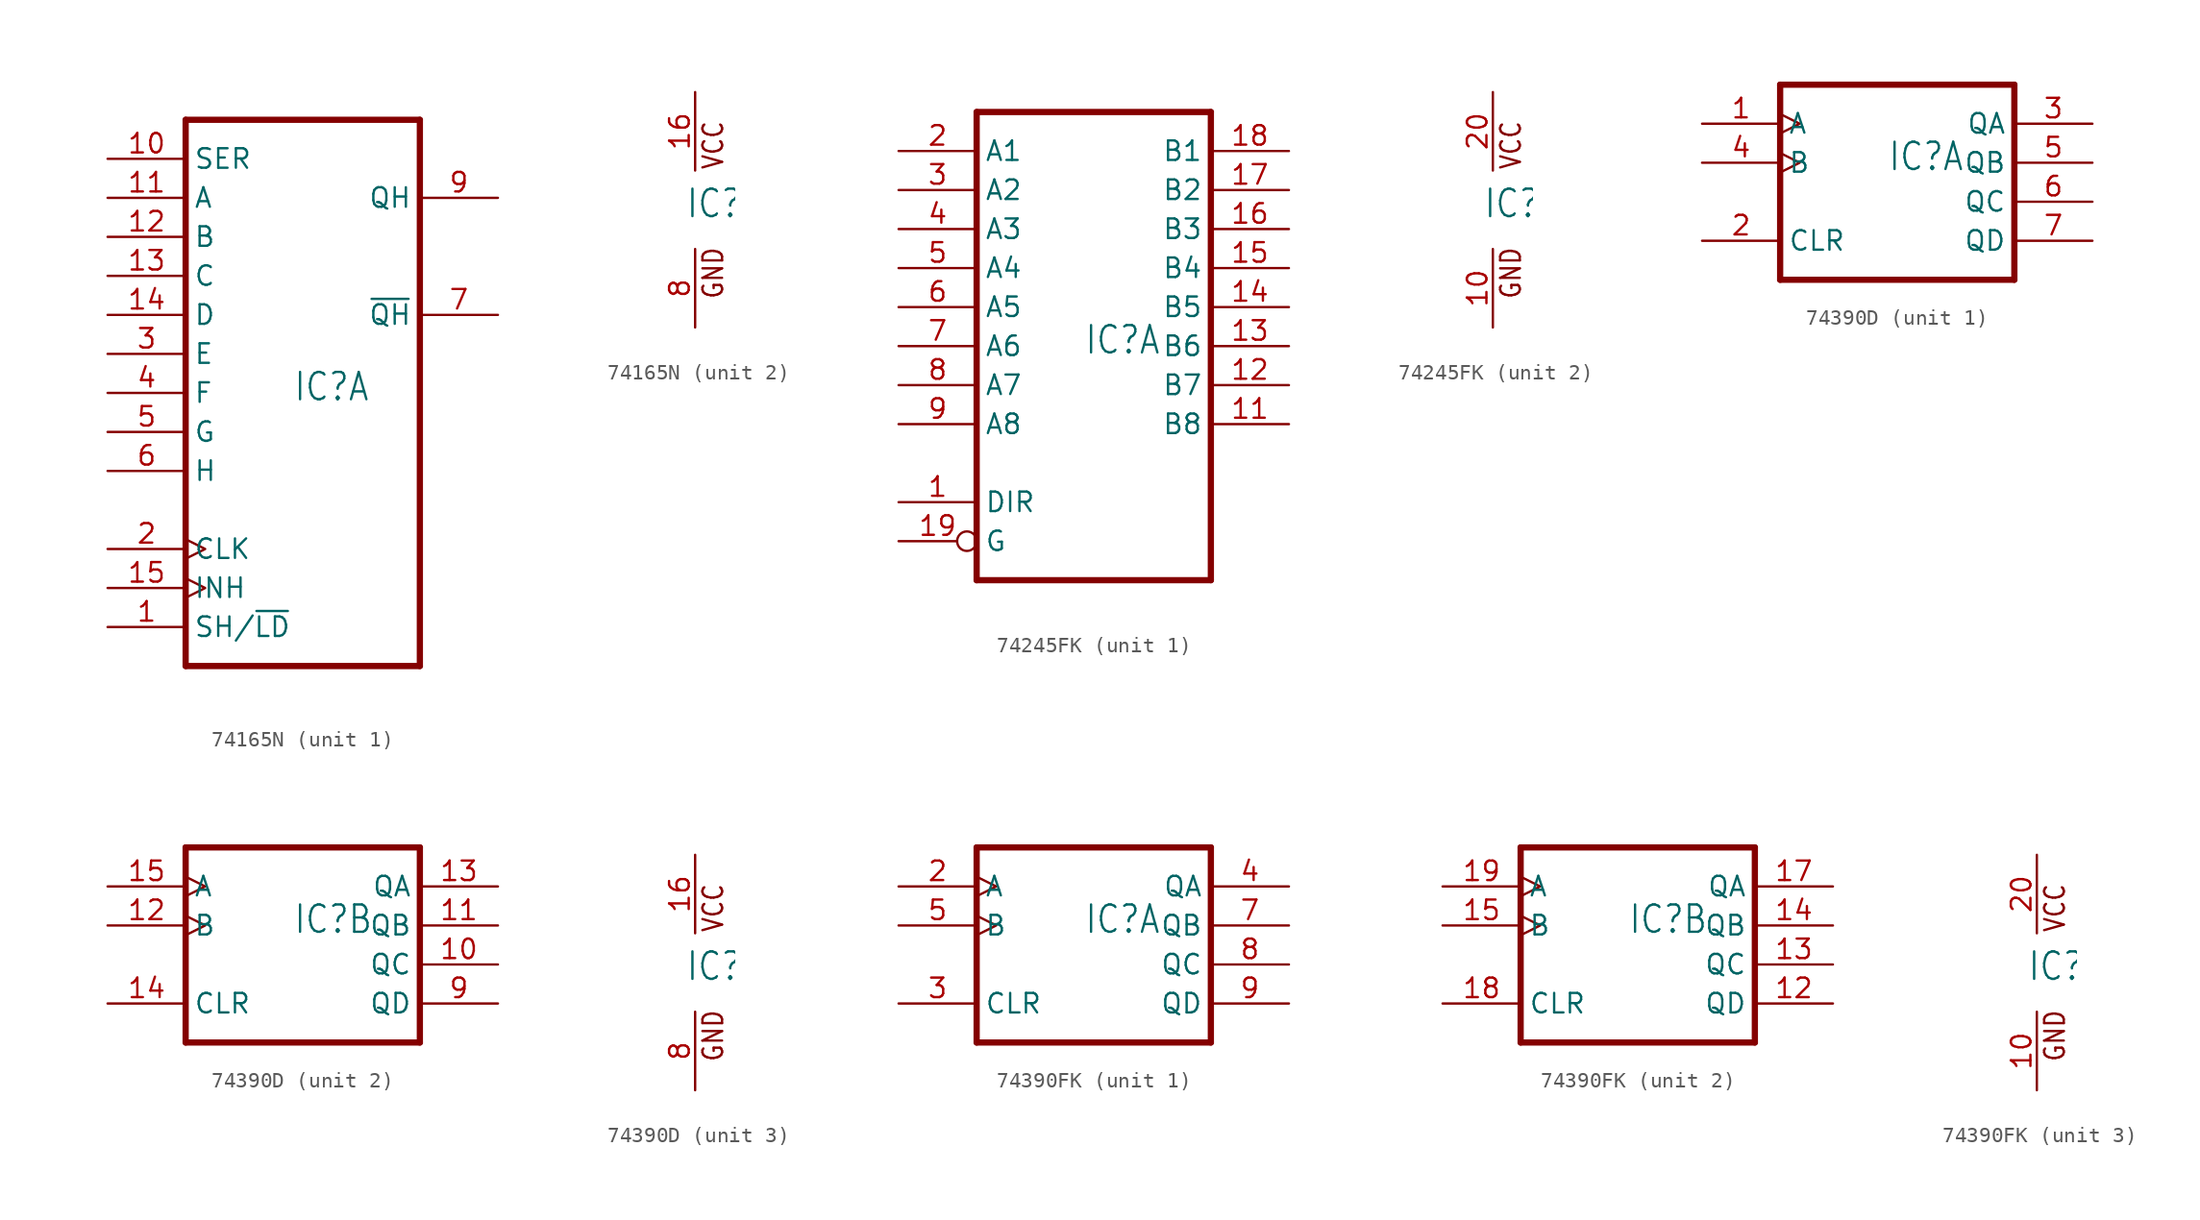
<source format=kicad_sym>
(kicad_symbol_lib
  (version 20220914)
  (generator kicad_symbol_editor)
  (symbol "74165N"
    (property "Reference" "IC"
      (at -0.635 -0.635 0)
      (effects (font (size 1.778 1.511)) (justify left bottom)))
    (property "ki_locked" ""
      (at 0 0 0)
      (effects (font (size 1.27 1.27))))
    (symbol "74165N_1_0"
      (polyline (pts (xy -7.62 -17.78) (xy 7.62 -17.78)) (stroke (width 0.406) (type solid)) (fill (type none)))
      (polyline (pts (xy -7.62 17.78) (xy -7.62 -17.78)) (stroke (width 0.406) (type solid)) (fill (type none)))
      (polyline (pts (xy 7.62 -17.78) (xy 7.62 17.78)) (stroke (width 0.406) (type solid)) (fill (type none)))
      (polyline (pts (xy 7.62 17.78) (xy -7.62 17.78)) (stroke (width 0.406) (type solid)) (fill (type none)))
      (pin input line (at -12.7 -15.24 0) (length 5.08) (name "SH/~{LD}" (effects (font (size 1.27 1.27)))) (number "1" (effects (font (size 1.27 1.27)))))
      (pin input line (at -12.7 15.24 0) (length 5.08) (name "SER" (effects (font (size 1.27 1.27)))) (number "10" (effects (font (size 1.27 1.27)))))
      (pin input line (at -12.7 12.7 0) (length 5.08) (name "A" (effects (font (size 1.27 1.27)))) (number "11" (effects (font (size 1.27 1.27)))))
      (pin input line (at -12.7 10.16 0) (length 5.08) (name "B" (effects (font (size 1.27 1.27)))) (number "12" (effects (font (size 1.27 1.27)))))
      (pin input line (at -12.7 7.62 0) (length 5.08) (name "C" (effects (font (size 1.27 1.27)))) (number "13" (effects (font (size 1.27 1.27)))))
      (pin input line (at -12.7 5.08 0) (length 5.08) (name "D" (effects (font (size 1.27 1.27)))) (number "14" (effects (font (size 1.27 1.27)))))
      (pin input clock (at -12.7 -12.7 0) (length 5.08) (name "INH" (effects (font (size 1.27 1.27)))) (number "15" (effects (font (size 1.27 1.27)))))
      (pin input clock (at -12.7 -10.16 0) (length 5.08) (name "CLK" (effects (font (size 1.27 1.27)))) (number "2" (effects (font (size 1.27 1.27)))))
      (pin input line (at -12.7 2.54 0) (length 5.08) (name "E" (effects (font (size 1.27 1.27)))) (number "3" (effects (font (size 1.27 1.27)))))
      (pin input line (at -12.7 0 0) (length 5.08) (name "F" (effects (font (size 1.27 1.27)))) (number "4" (effects (font (size 1.27 1.27)))))
      (pin input line (at -12.7 -2.54 0) (length 5.08) (name "G" (effects (font (size 1.27 1.27)))) (number "5" (effects (font (size 1.27 1.27)))))
      (pin input line (at -12.7 -5.08 0) (length 5.08) (name "H" (effects (font (size 1.27 1.27)))) (number "6" (effects (font (size 1.27 1.27)))))
      (pin output line (at 12.7 5.08 180) (length 5.08) (name "~{QH}" (effects (font (size 1.27 1.27)))) (number "7" (effects (font (size 1.27 1.27)))))
      (pin output line (at 12.7 12.7 180) (length 5.08) (name "QH" (effects (font (size 1.27 1.27)))) (number "9" (effects (font (size 1.27 1.27))))))
    (symbol "74165N_2_0"
      (text "GND" (at 1.905 -5.842 900) (effects (font (size 1.27 1.079)) (justify left bottom)))
      (text "VCC" (at 1.905 2.54 900) (effects (font (size 1.27 1.079)) (justify left bottom)))
      (pin power_in line (at 0 7.62 270) (length 5.08) (name "VCC" (effects (font (size 0 0)))) (number "16" (effects (font (size 1.27 1.27)))))
      (pin power_in line (at 0 -7.62 90) (length 5.08) (name "GND" (effects (font (size 0 0)))) (number "8" (effects (font (size 1.27 1.27)))))))
  (symbol "74245FK"
    (property "Reference" "IC"
      (at -0.635 -0.635 0)
      (effects (font (size 1.778 1.511)) (justify left bottom)))
    (property "ki_locked" ""
      (at 0 0 0)
      (effects (font (size 1.27 1.27))))
    (symbol "74245FK_1_0"
      (polyline (pts (xy -7.62 -15.24) (xy 7.62 -15.24)) (stroke (width 0.406) (type solid)) (fill (type none)))
      (polyline (pts (xy -7.62 15.24) (xy -7.62 -15.24)) (stroke (width 0.406) (type solid)) (fill (type none)))
      (polyline (pts (xy 7.62 -15.24) (xy 7.62 15.24)) (stroke (width 0.406) (type solid)) (fill (type none)))
      (polyline (pts (xy 7.62 15.24) (xy -7.62 15.24)) (stroke (width 0.406) (type solid)) (fill (type none)))
      (pin input line (at -12.7 -10.16 0) (length 5.08) (name "DIR" (effects (font (size 1.27 1.27)))) (number "1" (effects (font (size 1.27 1.27)))))
      (pin bidirectional line (at 12.7 -5.08 180) (length 5.08) (name "B8" (effects (font (size 1.27 1.27)))) (number "11" (effects (font (size 1.27 1.27)))))
      (pin bidirectional line (at 12.7 -2.54 180) (length 5.08) (name "B7" (effects (font (size 1.27 1.27)))) (number "12" (effects (font (size 1.27 1.27)))))
      (pin bidirectional line (at 12.7 0 180) (length 5.08) (name "B6" (effects (font (size 1.27 1.27)))) (number "13" (effects (font (size 1.27 1.27)))))
      (pin bidirectional line (at 12.7 2.54 180) (length 5.08) (name "B5" (effects (font (size 1.27 1.27)))) (number "14" (effects (font (size 1.27 1.27)))))
      (pin bidirectional line (at 12.7 5.08 180) (length 5.08) (name "B4" (effects (font (size 1.27 1.27)))) (number "15" (effects (font (size 1.27 1.27)))))
      (pin bidirectional line (at 12.7 7.62 180) (length 5.08) (name "B3" (effects (font (size 1.27 1.27)))) (number "16" (effects (font (size 1.27 1.27)))))
      (pin bidirectional line (at 12.7 10.16 180) (length 5.08) (name "B2" (effects (font (size 1.27 1.27)))) (number "17" (effects (font (size 1.27 1.27)))))
      (pin bidirectional line (at 12.7 12.7 180) (length 5.08) (name "B1" (effects (font (size 1.27 1.27)))) (number "18" (effects (font (size 1.27 1.27)))))
      (pin input inverted (at -12.7 -12.7 0) (length 5.08) (name "G" (effects (font (size 1.27 1.27)))) (number "19" (effects (font (size 1.27 1.27)))))
      (pin bidirectional line (at -12.7 12.7 0) (length 5.08) (name "A1" (effects (font (size 1.27 1.27)))) (number "2" (effects (font (size 1.27 1.27)))))
      (pin bidirectional line (at -12.7 10.16 0) (length 5.08) (name "A2" (effects (font (size 1.27 1.27)))) (number "3" (effects (font (size 1.27 1.27)))))
      (pin bidirectional line (at -12.7 7.62 0) (length 5.08) (name "A3" (effects (font (size 1.27 1.27)))) (number "4" (effects (font (size 1.27 1.27)))))
      (pin bidirectional line (at -12.7 5.08 0) (length 5.08) (name "A4" (effects (font (size 1.27 1.27)))) (number "5" (effects (font (size 1.27 1.27)))))
      (pin bidirectional line (at -12.7 2.54 0) (length 5.08) (name "A5" (effects (font (size 1.27 1.27)))) (number "6" (effects (font (size 1.27 1.27)))))
      (pin bidirectional line (at -12.7 0 0) (length 5.08) (name "A6" (effects (font (size 1.27 1.27)))) (number "7" (effects (font (size 1.27 1.27)))))
      (pin bidirectional line (at -12.7 -2.54 0) (length 5.08) (name "A7" (effects (font (size 1.27 1.27)))) (number "8" (effects (font (size 1.27 1.27)))))
      (pin bidirectional line (at -12.7 -5.08 0) (length 5.08) (name "A8" (effects (font (size 1.27 1.27)))) (number "9" (effects (font (size 1.27 1.27))))))
    (symbol "74245FK_2_0"
      (text "GND" (at 1.905 -5.842 900) (effects (font (size 1.27 1.079)) (justify left bottom)))
      (text "VCC" (at 1.905 2.54 900) (effects (font (size 1.27 1.079)) (justify left bottom)))
      (pin power_in line (at 0 -7.62 90) (length 5.08) (name "GND" (effects (font (size 0 0)))) (number "10" (effects (font (size 1.27 1.27)))))
      (pin power_in line (at 0 7.62 270) (length 5.08) (name "VCC" (effects (font (size 0 0)))) (number "20" (effects (font (size 1.27 1.27)))))))
  (symbol "74390D"
    (property "Reference" "IC"
      (at -0.635 -0.635 0)
      (effects (font (size 1.778 1.511)) (justify left bottom)))
    (property "ki_locked" ""
      (at 0 0 0)
      (effects (font (size 1.27 1.27))))
    (symbol "74390D_1_0"
      (polyline (pts (xy -7.62 -7.62) (xy 7.62 -7.62)) (stroke (width 0.406) (type solid)) (fill (type none)))
      (polyline (pts (xy -7.62 5.08) (xy -7.62 -7.62)) (stroke (width 0.406) (type solid)) (fill (type none)))
      (polyline (pts (xy 7.62 -7.62) (xy 7.62 5.08)) (stroke (width 0.406) (type solid)) (fill (type none)))
      (polyline (pts (xy 7.62 5.08) (xy -7.62 5.08)) (stroke (width 0.406) (type solid)) (fill (type none)))
      (pin input clock (at -12.7 2.54 0) (length 5.08) (name "A" (effects (font (size 1.27 1.27)))) (number "1" (effects (font (size 1.27 1.27)))))
      (pin input line (at -12.7 -5.08 0) (length 5.08) (name "CLR" (effects (font (size 1.27 1.27)))) (number "2" (effects (font (size 1.27 1.27)))))
      (pin output line (at 12.7 2.54 180) (length 5.08) (name "QA" (effects (font (size 1.27 1.27)))) (number "3" (effects (font (size 1.27 1.27)))))
      (pin input clock (at -12.7 0 0) (length 5.08) (name "B" (effects (font (size 1.27 1.27)))) (number "4" (effects (font (size 1.27 1.27)))))
      (pin output line (at 12.7 0 180) (length 5.08) (name "QB" (effects (font (size 1.27 1.27)))) (number "5" (effects (font (size 1.27 1.27)))))
      (pin output line (at 12.7 -2.54 180) (length 5.08) (name "QC" (effects (font (size 1.27 1.27)))) (number "6" (effects (font (size 1.27 1.27)))))
      (pin output line (at 12.7 -5.08 180) (length 5.08) (name "QD" (effects (font (size 1.27 1.27)))) (number "7" (effects (font (size 1.27 1.27))))))
    (symbol "74390D_2_0"
      (polyline (pts (xy -7.62 -7.62) (xy 7.62 -7.62)) (stroke (width 0.406) (type solid)) (fill (type none)))
      (polyline (pts (xy -7.62 5.08) (xy -7.62 -7.62)) (stroke (width 0.406) (type solid)) (fill (type none)))
      (polyline (pts (xy 7.62 -7.62) (xy 7.62 5.08)) (stroke (width 0.406) (type solid)) (fill (type none)))
      (polyline (pts (xy 7.62 5.08) (xy -7.62 5.08)) (stroke (width 0.406) (type solid)) (fill (type none)))
      (pin output line (at 12.7 -2.54 180) (length 5.08) (name "QC" (effects (font (size 1.27 1.27)))) (number "10" (effects (font (size 1.27 1.27)))))
      (pin output line (at 12.7 0 180) (length 5.08) (name "QB" (effects (font (size 1.27 1.27)))) (number "11" (effects (font (size 1.27 1.27)))))
      (pin input clock (at -12.7 0 0) (length 5.08) (name "B" (effects (font (size 1.27 1.27)))) (number "12" (effects (font (size 1.27 1.27)))))
      (pin output line (at 12.7 2.54 180) (length 5.08) (name "QA" (effects (font (size 1.27 1.27)))) (number "13" (effects (font (size 1.27 1.27)))))
      (pin input line (at -12.7 -5.08 0) (length 5.08) (name "CLR" (effects (font (size 1.27 1.27)))) (number "14" (effects (font (size 1.27 1.27)))))
      (pin input clock (at -12.7 2.54 0) (length 5.08) (name "A" (effects (font (size 1.27 1.27)))) (number "15" (effects (font (size 1.27 1.27)))))
      (pin output line (at 12.7 -5.08 180) (length 5.08) (name "QD" (effects (font (size 1.27 1.27)))) (number "9" (effects (font (size 1.27 1.27))))))
    (symbol "74390D_3_0"
      (text "GND" (at 1.905 -5.842 900) (effects (font (size 1.27 1.079)) (justify left bottom)))
      (text "VCC" (at 1.905 2.54 900) (effects (font (size 1.27 1.079)) (justify left bottom)))
      (pin power_in line (at 0 7.62 270) (length 5.08) (name "VCC" (effects (font (size 0 0)))) (number "16" (effects (font (size 1.27 1.27)))))
      (pin power_in line (at 0 -7.62 90) (length 5.08) (name "GND" (effects (font (size 0 0)))) (number "8" (effects (font (size 1.27 1.27)))))))
  (symbol "74390FK"
    (property "Reference" "IC"
      (at -0.635 -0.635 0)
      (effects (font (size 1.778 1.511)) (justify left bottom)))
    (property "ki_locked" ""
      (at 0 0 0)
      (effects (font (size 1.27 1.27))))
    (symbol "74390FK_1_0"
      (polyline (pts (xy -7.62 -7.62) (xy 7.62 -7.62)) (stroke (width 0.406) (type solid)) (fill (type none)))
      (polyline (pts (xy -7.62 5.08) (xy -7.62 -7.62)) (stroke (width 0.406) (type solid)) (fill (type none)))
      (polyline (pts (xy 7.62 -7.62) (xy 7.62 5.08)) (stroke (width 0.406) (type solid)) (fill (type none)))
      (polyline (pts (xy 7.62 5.08) (xy -7.62 5.08)) (stroke (width 0.406) (type solid)) (fill (type none)))
      (pin input clock (at -12.7 2.54 0) (length 5.08) (name "A" (effects (font (size 1.27 1.27)))) (number "2" (effects (font (size 1.27 1.27)))))
      (pin input line (at -12.7 -5.08 0) (length 5.08) (name "CLR" (effects (font (size 1.27 1.27)))) (number "3" (effects (font (size 1.27 1.27)))))
      (pin output line (at 12.7 2.54 180) (length 5.08) (name "QA" (effects (font (size 1.27 1.27)))) (number "4" (effects (font (size 1.27 1.27)))))
      (pin input clock (at -12.7 0 0) (length 5.08) (name "B" (effects (font (size 1.27 1.27)))) (number "5" (effects (font (size 1.27 1.27)))))
      (pin output line (at 12.7 0 180) (length 5.08) (name "QB" (effects (font (size 1.27 1.27)))) (number "7" (effects (font (size 1.27 1.27)))))
      (pin output line (at 12.7 -2.54 180) (length 5.08) (name "QC" (effects (font (size 1.27 1.27)))) (number "8" (effects (font (size 1.27 1.27)))))
      (pin output line (at 12.7 -5.08 180) (length 5.08) (name "QD" (effects (font (size 1.27 1.27)))) (number "9" (effects (font (size 1.27 1.27))))))
    (symbol "74390FK_2_0"
      (polyline (pts (xy -7.62 -7.62) (xy 7.62 -7.62)) (stroke (width 0.406) (type solid)) (fill (type none)))
      (polyline (pts (xy -7.62 5.08) (xy -7.62 -7.62)) (stroke (width 0.406) (type solid)) (fill (type none)))
      (polyline (pts (xy 7.62 -7.62) (xy 7.62 5.08)) (stroke (width 0.406) (type solid)) (fill (type none)))
      (polyline (pts (xy 7.62 5.08) (xy -7.62 5.08)) (stroke (width 0.406) (type solid)) (fill (type none)))
      (pin output line (at 12.7 -5.08 180) (length 5.08) (name "QD" (effects (font (size 1.27 1.27)))) (number "12" (effects (font (size 1.27 1.27)))))
      (pin output line (at 12.7 -2.54 180) (length 5.08) (name "QC" (effects (font (size 1.27 1.27)))) (number "13" (effects (font (size 1.27 1.27)))))
      (pin output line (at 12.7 0 180) (length 5.08) (name "QB" (effects (font (size 1.27 1.27)))) (number "14" (effects (font (size 1.27 1.27)))))
      (pin input clock (at -12.7 0 0) (length 5.08) (name "B" (effects (font (size 1.27 1.27)))) (number "15" (effects (font (size 1.27 1.27)))))
      (pin output line (at 12.7 2.54 180) (length 5.08) (name "QA" (effects (font (size 1.27 1.27)))) (number "17" (effects (font (size 1.27 1.27)))))
      (pin input line (at -12.7 -5.08 0) (length 5.08) (name "CLR" (effects (font (size 1.27 1.27)))) (number "18" (effects (font (size 1.27 1.27)))))
      (pin input clock (at -12.7 2.54 0) (length 5.08) (name "A" (effects (font (size 1.27 1.27)))) (number "19" (effects (font (size 1.27 1.27))))))
    (symbol "74390FK_3_0"
      (text "GND" (at 1.905 -5.842 900) (effects (font (size 1.27 1.079)) (justify left bottom)))
      (text "VCC" (at 1.905 2.54 900) (effects (font (size 1.27 1.079)) (justify left bottom)))
      (pin power_in line (at 0 -7.62 90) (length 5.08) (name "GND" (effects (font (size 0 0)))) (number "10" (effects (font (size 1.27 1.27)))))
      (pin power_in line (at 0 7.62 270) (length 5.08) (name "VCC" (effects (font (size 0 0)))) (number "20" (effects (font (size 1.27 1.27))))))))
</source>
